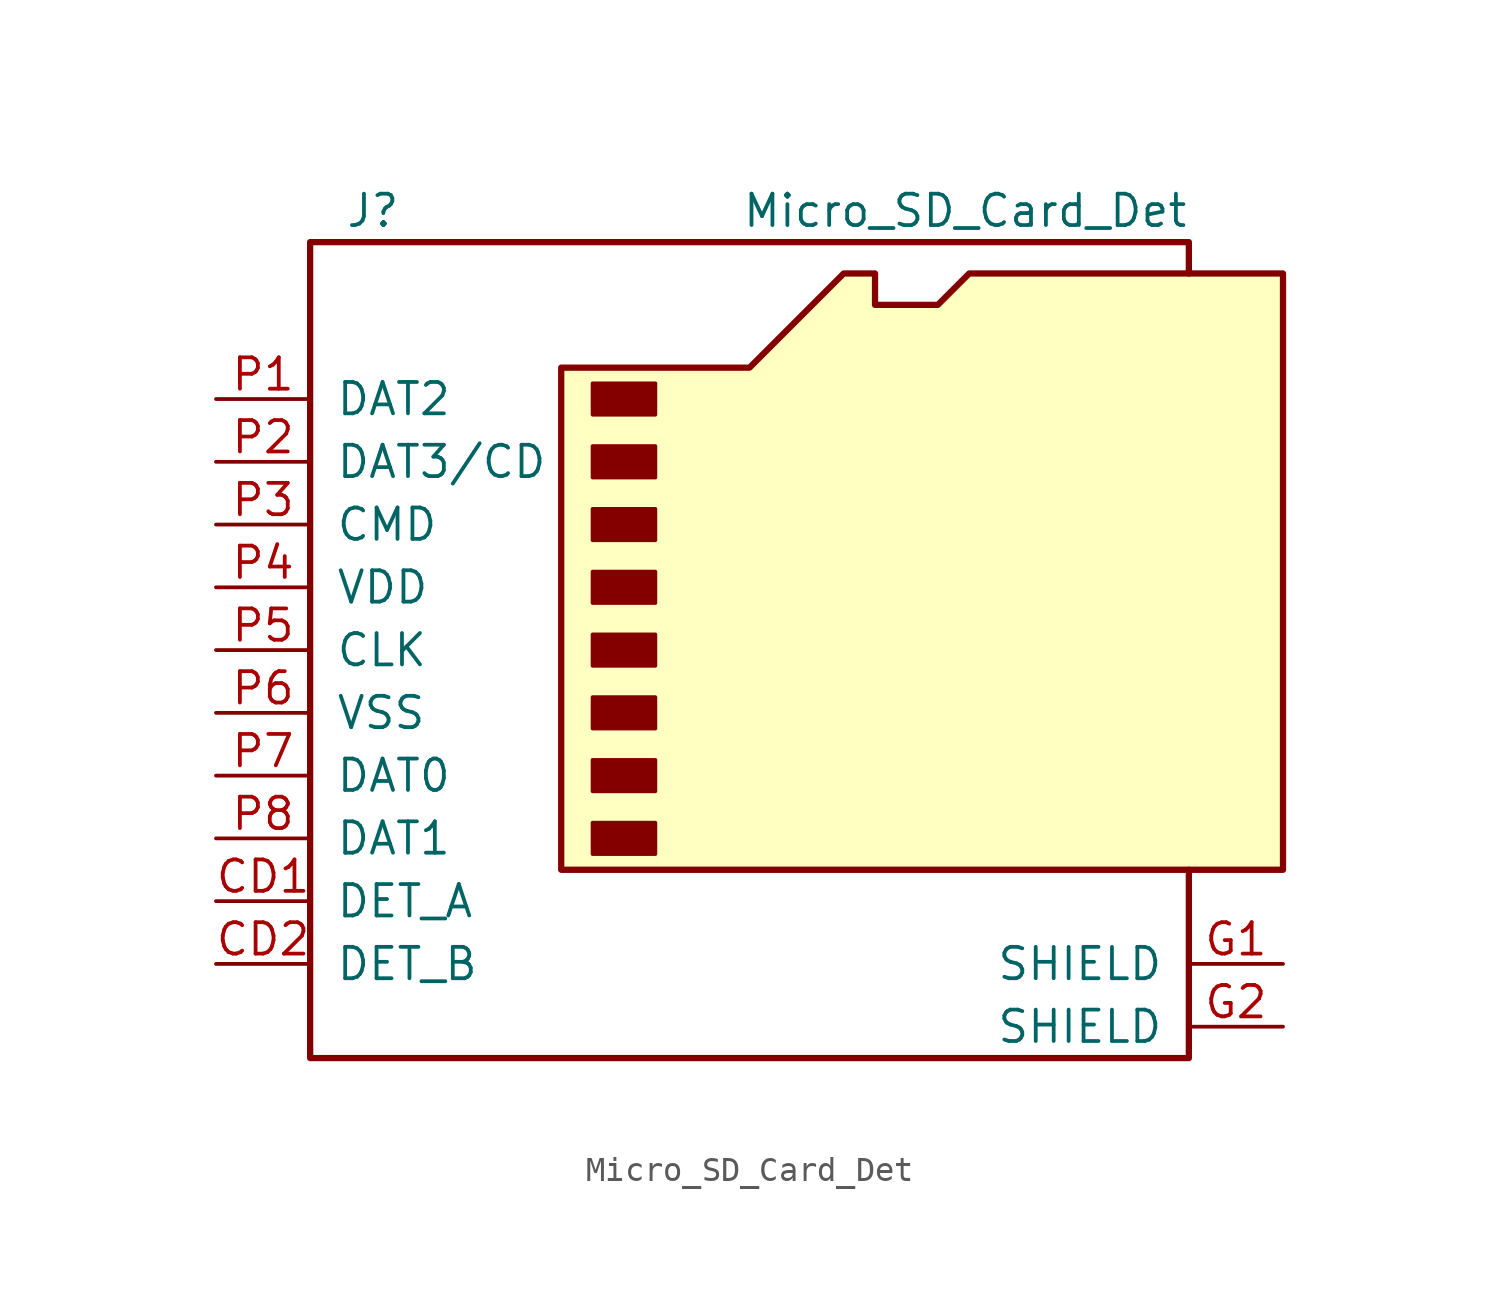
<source format=kicad_sym>
(kicad_symbol_lib
  (version 20201005)
  (generator kicad_symbol_editor)
  (symbol "gct:Micro_SD_Card_Det"
    (pin_names
      (offset 1.016))
    (property "Reference" "J"
      (at -16.51 17.78 0)
      (effects (font (size 1.27 1.27))))
    (property "Value" "Micro_SD_Card_Det"
      (at 16.51 17.78 0)
      (effects (font (size 1.27 1.27)) (justify right)))
    (symbol "Micro_SD_Card_Det_0_1"
      (rectangle (start -7.62 -6.985) (end -5.08 -8.255) (stroke (width 0)) (fill (type outline)))
      (rectangle (start -7.62 -4.445) (end -5.08 -5.715) (stroke (width 0)) (fill (type outline)))
      (rectangle (start -7.62 -1.905) (end -5.08 -3.175) (stroke (width 0)) (fill (type outline)))
      (rectangle (start -7.62 0.635) (end -5.08 -0.635) (stroke (width 0)) (fill (type outline)))
      (rectangle (start -7.62 3.175) (end -5.08 1.905) (stroke (width 0)) (fill (type outline)))
      (rectangle (start -7.62 5.715) (end -5.08 4.445) (stroke (width 0)) (fill (type outline)))
      (rectangle (start -7.62 8.255) (end -5.08 6.985) (stroke (width 0)) (fill (type outline)))
      (rectangle (start -7.62 10.795) (end -5.08 9.525) (stroke (width 0)) (fill (type outline)))
      (polyline (pts (xy 16.51 15.24) (xy 16.51 16.51) (xy -19.05 16.51) (xy -19.05 -16.51) (xy 16.51 -16.51) (xy 16.51 -8.89)) (stroke (width 0.254)) (fill (type none)))
      (polyline (pts (xy -8.89 -8.89) (xy -8.89 11.43) (xy -1.27 11.43) (xy 2.54 15.24) (xy 3.81 15.24) (xy 3.81 13.97) (xy 6.35 13.97) (xy 7.62 15.24) (xy 20.32 15.24) (xy 20.32 -8.89) (xy -8.89 -8.89)) (stroke (width 0.254)) (fill (type background))))
    (symbol "Micro_SD_Card_Det_1_1"
      (pin passive line (at -22.86 -10.16 0) (length 3.81) (name "DET_A" (effects (font (size 1.27 1.27)))) (number "CD1" (effects (font (size 1.27 1.27)))))
      (pin passive line (at -22.86 -12.7 0) (length 3.81) (name "DET_B" (effects (font (size 1.27 1.27)))) (number "CD2" (effects (font (size 1.27 1.27)))))
      (pin passive line (at 20.32 -12.7 180) (length 3.81) (name "SHIELD" (effects (font (size 1.27 1.27)))) (number "G1" (effects (font (size 1.27 1.27)))))
      (pin passive line (at 20.32 -15.24 180) (length 3.81) (name "SHIELD" (effects (font (size 1.27 1.27)))) (number "G2" (effects (font (size 1.27 1.27)))))
      (pin bidirectional line (at -22.86 10.16 0) (length 3.81) (name "DAT2" (effects (font (size 1.27 1.27)))) (number "P1" (effects (font (size 1.27 1.27)))))
      (pin bidirectional line (at -22.86 7.62 0) (length 3.81) (name "DAT3/CD" (effects (font (size 1.27 1.27)))) (number "P2" (effects (font (size 1.27 1.27)))))
      (pin input line (at -22.86 5.08 0) (length 3.81) (name "CMD" (effects (font (size 1.27 1.27)))) (number "P3" (effects (font (size 1.27 1.27)))))
      (pin power_in line (at -22.86 2.54 0) (length 3.81) (name "VDD" (effects (font (size 1.27 1.27)))) (number "P4" (effects (font (size 1.27 1.27)))))
      (pin input line (at -22.86 0 0) (length 3.81) (name "CLK" (effects (font (size 1.27 1.27)))) (number "P5" (effects (font (size 1.27 1.27)))))
      (pin power_in line (at -22.86 -2.54 0) (length 3.81) (name "VSS" (effects (font (size 1.27 1.27)))) (number "P6" (effects (font (size 1.27 1.27)))))
      (pin bidirectional line (at -22.86 -5.08 0) (length 3.81) (name "DAT0" (effects (font (size 1.27 1.27)))) (number "P7" (effects (font (size 1.27 1.27)))))
      (pin bidirectional line (at -22.86 -7.62 0) (length 3.81) (name "DAT1" (effects (font (size 1.27 1.27)))) (number "P8" (effects (font (size 1.27 1.27))))))))
</source>
